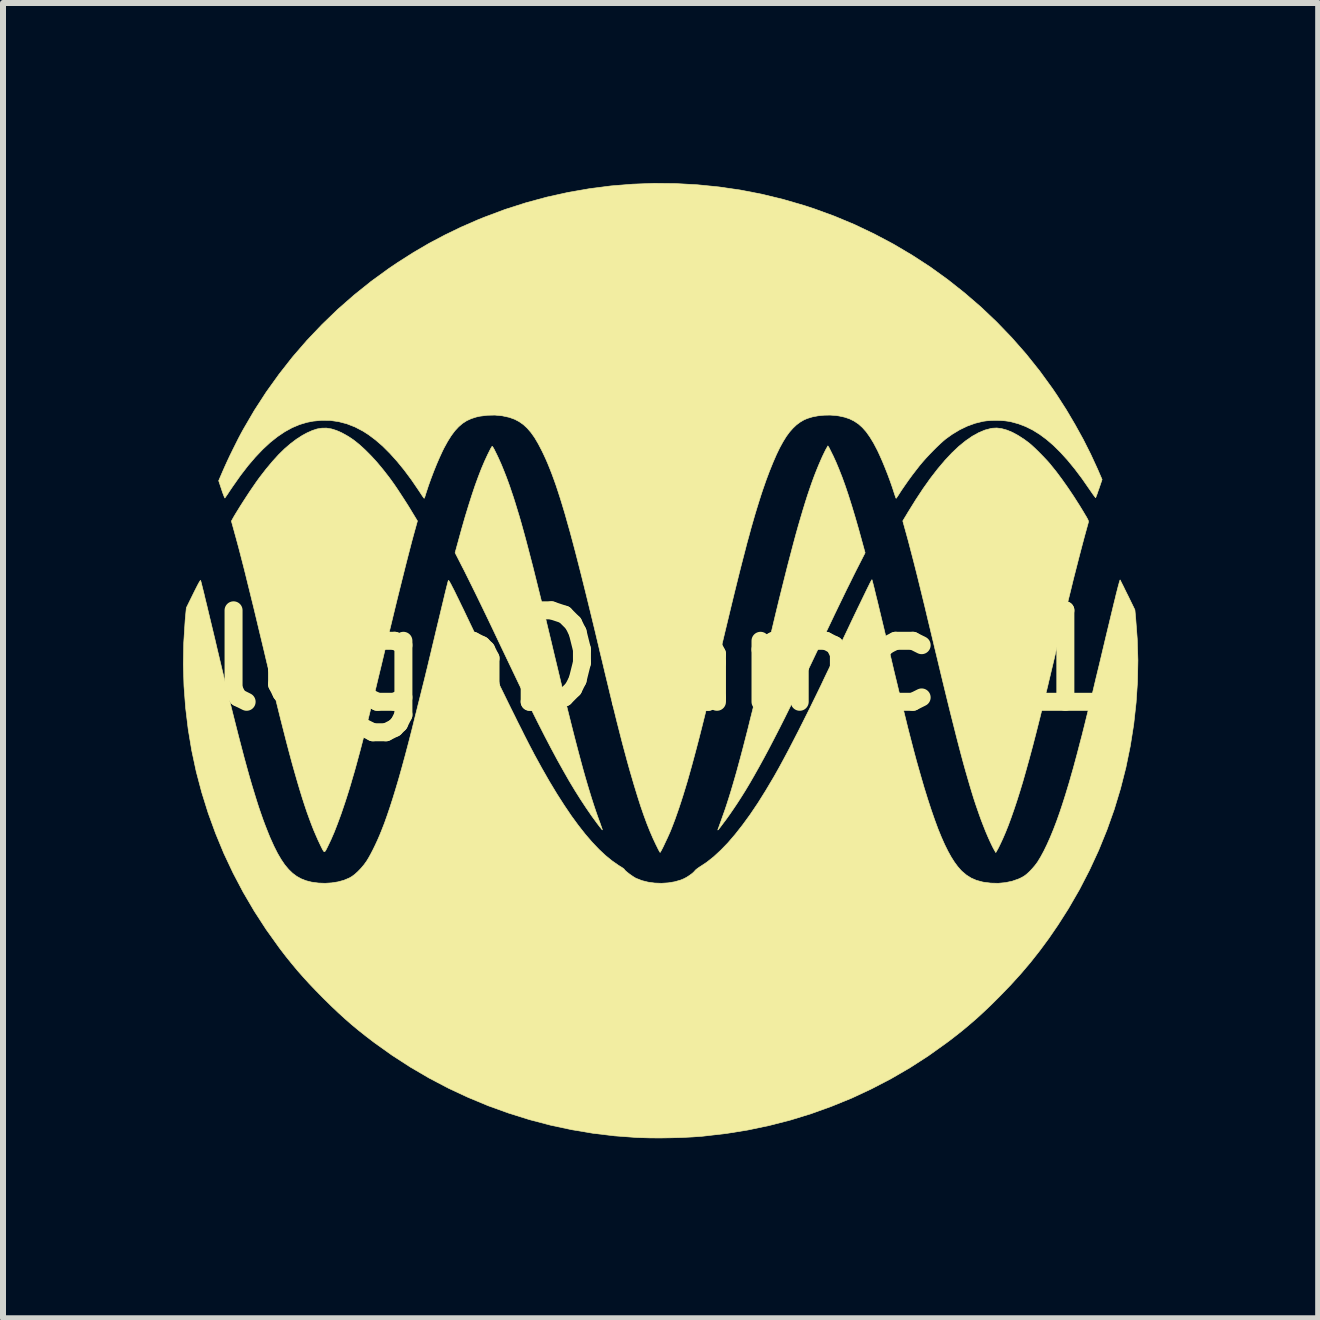
<source format=kicad_pcb>
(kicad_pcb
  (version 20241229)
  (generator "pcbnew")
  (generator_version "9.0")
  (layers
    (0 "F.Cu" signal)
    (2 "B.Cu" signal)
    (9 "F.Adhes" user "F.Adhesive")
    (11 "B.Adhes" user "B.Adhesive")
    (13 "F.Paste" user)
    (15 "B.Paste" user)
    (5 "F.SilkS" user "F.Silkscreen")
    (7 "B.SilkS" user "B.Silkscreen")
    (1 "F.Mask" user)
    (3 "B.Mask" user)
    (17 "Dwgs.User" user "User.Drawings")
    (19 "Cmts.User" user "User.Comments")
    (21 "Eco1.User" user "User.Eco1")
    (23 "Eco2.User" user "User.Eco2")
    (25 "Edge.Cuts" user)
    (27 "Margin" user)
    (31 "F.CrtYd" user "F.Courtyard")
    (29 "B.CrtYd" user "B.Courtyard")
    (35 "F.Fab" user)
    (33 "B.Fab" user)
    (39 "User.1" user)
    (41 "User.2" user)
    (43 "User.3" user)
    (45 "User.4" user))
  (footprint "logoDramco1"
    (layer "F.Cu")
    (at 7.954 7.955)
    (property "Reference" "logoDramco1" (at 0 0 0) (layer "F.SilkS") (effects (font (size 1.524 1.524) (thickness 0.3))))
    (attr through_hole)
    (fp_poly (pts (xy 2.805 -3.555) (xy 2.814 -3.541) (xy 2.827 -3.514) (xy 2.845 -3.478) (xy 2.865 -3.437) (xy 2.878 -3.412) (xy 2.928 -3.302) (xy 2.978 -3.182) (xy 3.03 -3.05) (xy 3.082 -2.906) (xy 3.135 -2.748) (xy 3.189 -2.577) (xy 3.245 -2.391) (xy 3.303 -2.19) (xy 3.344 -2.041) (xy 3.412 -1.793) (xy 3.306 -1.585) (xy 3.261 -1.497) (xy 3.213 -1.401) (xy 3.162 -1.297) (xy 3.105 -1.183) (xy 3.045 -1.059) (xy 2.979 -0.923) (xy 2.908 -0.776) (xy 2.832 -0.616) (xy 2.749 -0.443) (xy 2.66 -0.255) (xy 2.621 -0.174) (xy 2.5 0.08) (xy 2.385 0.32) (xy 2.276 0.544) (xy 2.172 0.756) (xy 2.074 0.954) (xy 1.98 1.14) (xy 1.89 1.315) (xy 1.805 1.478) (xy 1.723 1.631) (xy 1.644 1.775) (xy 1.568 1.91) (xy 1.495 2.037) (xy 1.424 2.156) (xy 1.354 2.268) (xy 1.286 2.374) (xy 1.219 2.474) (xy 1.153 2.57) (xy 1.087 2.662) (xy 1.051 2.709) (xy 1.017 2.755) (xy 0.992 2.788) (xy 0.974 2.81) (xy 0.963 2.822) (xy 0.958 2.826) (xy 0.958 2.822) (xy 0.96 2.815) (xy 0.965 2.802) (xy 0.975 2.776) (xy 0.988 2.739) (xy 1.004 2.696) (xy 1.02 2.65) (xy 1.05 2.565) (xy 1.081 2.478) (xy 1.111 2.387) (xy 1.141 2.293) (xy 1.172 2.194) (xy 1.203 2.09) (xy 1.235 1.98) (xy 1.269 1.862) (xy 1.303 1.737) (xy 1.339 1.604) (xy 1.377 1.461) (xy 1.416 1.309) (xy 1.458 1.146) (xy 1.501 0.971) (xy 1.548 0.784) (xy 1.596 0.583) (xy 1.648 0.369) (xy 1.703 0.141) (xy 1.761 -0.103) (xy 1.795 -0.246) (xy 1.858 -0.508) (xy 1.917 -0.756) (xy 1.973 -0.988) (xy 2.027 -1.205) (xy 2.078 -1.409) (xy 2.126 -1.6) (xy 2.173 -1.778) (xy 2.217 -1.946) (xy 2.259 -2.102) (xy 2.3 -2.248) (xy 2.34 -2.385) (xy 2.378 -2.513) (xy 2.415 -2.634) (xy 2.451 -2.747) (xy 2.487 -2.854) (xy 2.522 -2.955) (xy 2.557 -3.051) (xy 2.58 -3.111) (xy 2.609 -3.184) (xy 2.639 -3.257) (xy 2.67 -3.329) (xy 2.7 -3.397) (xy 2.729 -3.457) (xy 2.753 -3.506) (xy 2.766 -3.529) (xy 2.792 -3.575) (xy 2.805 -3.555)) (stroke (width 0.01) (type solid)) (fill yes) (layer "F.SilkS"))
    (fp_poly (pts (xy -2.797 -3.563) (xy -2.784 -3.544) (xy -2.767 -3.514) (xy -2.747 -3.473) (xy -2.723 -3.425) (xy -2.698 -3.372) (xy -2.672 -3.314) (xy -2.646 -3.255) (xy -2.622 -3.196) (xy -2.605 -3.154) (xy -2.573 -3.073) (xy -2.542 -2.99) (xy -2.511 -2.904) (xy -2.481 -2.814) (xy -2.449 -2.72) (xy -2.418 -2.622) (xy -2.386 -2.517) (xy -2.352 -2.406) (xy -2.318 -2.288) (xy -2.283 -2.162) (xy -2.246 -2.027) (xy -2.208 -1.883) (xy -2.168 -1.729) (xy -2.125 -1.564) (xy -2.081 -1.387) (xy -2.034 -1.198) (xy -1.984 -0.996) (xy -1.931 -0.781) (xy -1.876 -0.55) (xy -1.817 -0.305) (xy -1.77 -0.106) (xy -1.709 0.148) (xy -1.652 0.387) (xy -1.597 0.61) (xy -1.546 0.82) (xy -1.497 1.016) (xy -1.451 1.199) (xy -1.407 1.37) (xy -1.365 1.53) (xy -1.325 1.68) (xy -1.287 1.82) (xy -1.25 1.951) (xy -1.214 2.074) (xy -1.179 2.19) (xy -1.145 2.3) (xy -1.112 2.403) (xy -1.079 2.502) (xy -1.046 2.597) (xy -1.013 2.688) (xy -1.01 2.695) (xy -0.995 2.738) (xy -0.982 2.775) (xy -0.972 2.803) (xy -0.967 2.82) (xy -0.967 2.824) (xy -0.973 2.818) (xy -0.987 2.801) (xy -1.008 2.775) (xy -1.034 2.741) (xy -1.06 2.707) (xy -1.15 2.583) (xy -1.24 2.452) (xy -1.332 2.312) (xy -1.425 2.164) (xy -1.52 2.006) (xy -1.617 1.836) (xy -1.718 1.655) (xy -1.822 1.461) (xy -1.93 1.254) (xy -2.043 1.032) (xy -2.104 0.91) (xy -2.141 0.835) (xy -2.177 0.763) (xy -2.211 0.692) (xy -2.246 0.621) (xy -2.281 0.549) (xy -2.317 0.474) (xy -2.356 0.395) (xy -2.396 0.311) (xy -2.44 0.219) (xy -2.488 0.118) (xy -2.541 0.008) (xy -2.599 -0.114) (xy -2.663 -0.248) (xy -2.712 -0.351) (xy -2.809 -0.556) (xy -2.901 -0.748) (xy -2.988 -0.928) (xy -3.068 -1.093) (xy -3.143 -1.245) (xy -3.211 -1.382) (xy -3.272 -1.505) (xy -3.294 -1.547) (xy -3.42 -1.794) (xy -3.374 -1.962) (xy -3.313 -2.184) (xy -3.254 -2.39) (xy -3.196 -2.58) (xy -3.14 -2.756) (xy -3.086 -2.917) (xy -3.032 -3.065) (xy -2.98 -3.199) (xy -2.928 -3.321) (xy -2.877 -3.431) (xy -2.862 -3.461) (xy -2.843 -3.499) (xy -2.826 -3.532) (xy -2.812 -3.555) (xy -2.804 -3.567) (xy -2.803 -3.568) (xy -2.797 -3.563)) (stroke (width 0.01) (type solid)) (fill yes) (layer "F.SilkS"))
    (fp_poly (pts (xy -5.482 -3.858) (xy -5.398 -3.832) (xy -5.309 -3.793) (xy -5.212 -3.739) (xy -5.201 -3.733) (xy -5.113 -3.674) (xy -5.02 -3.6) (xy -4.924 -3.513) (xy -4.825 -3.414) (xy -4.724 -3.304) (xy -4.624 -3.184) (xy -4.524 -3.056) (xy -4.487 -3.006) (xy -4.437 -2.936) (xy -4.381 -2.854) (xy -4.322 -2.764) (xy -4.261 -2.67) (xy -4.201 -2.576) (xy -4.145 -2.484) (xy -4.138 -2.472) (xy -4.048 -2.324) (xy -4.116 -2.078) (xy -4.144 -1.974) (xy -4.175 -1.854) (xy -4.21 -1.719) (xy -4.248 -1.57) (xy -4.289 -1.406) (xy -4.333 -1.23) (xy -4.38 -1.041) (xy -4.429 -0.84) (xy -4.48 -0.628) (xy -4.534 -0.406) (xy -4.589 -0.174) (xy -4.589 -0.174) (xy -4.646 0.066) (xy -4.7 0.289) (xy -4.75 0.498) (xy -4.798 0.693) (xy -4.843 0.875) (xy -4.885 1.045) (xy -4.925 1.203) (xy -4.963 1.351) (xy -4.999 1.49) (xy -5.034 1.619) (xy -5.067 1.741) (xy -5.099 1.856) (xy -5.131 1.964) (xy -5.161 2.068) (xy -5.191 2.167) (xy -5.221 2.262) (xy -5.251 2.355) (xy -5.259 2.379) (xy -5.319 2.556) (xy -5.378 2.717) (xy -5.434 2.861) (xy -5.489 2.988) (xy -5.541 3.097) (xy -5.562 3.139) (xy -5.577 3.168) (xy -5.59 3.184) (xy -5.601 3.188) (xy -5.612 3.178) (xy -5.627 3.154) (xy -5.646 3.116) (xy -5.667 3.073) (xy -5.704 2.995) (xy -5.74 2.913) (xy -5.777 2.827) (xy -5.813 2.735) (xy -5.85 2.636) (xy -5.888 2.531) (xy -5.926 2.418) (xy -5.965 2.298) (xy -6.005 2.168) (xy -6.046 2.03) (xy -6.089 1.881) (xy -6.134 1.722) (xy -6.18 1.551) (xy -6.228 1.369) (xy -6.278 1.173) (xy -6.331 0.965) (xy -6.386 0.743) (xy -6.444 0.507) (xy -6.505 0.255) (xy -6.569 -0.012) (xy -6.591 -0.106) (xy -6.642 -0.32) (xy -6.69 -0.519) (xy -6.734 -0.704) (xy -6.775 -0.875) (xy -6.814 -1.033) (xy -6.85 -1.18) (xy -6.884 -1.317) (xy -6.915 -1.444) (xy -6.945 -1.563) (xy -6.974 -1.675) (xy -7.001 -1.78) (xy -7.027 -1.88) (xy -7.053 -1.976) (xy -7.078 -2.068) (xy -7.103 -2.158) (xy -7.105 -2.166) (xy -7.148 -2.321) (xy -7.129 -2.356) (xy -7.095 -2.416) (xy -7.052 -2.486) (xy -7.004 -2.564) (xy -6.951 -2.647) (xy -6.896 -2.732) (xy -6.841 -2.816) (xy -6.786 -2.896) (xy -6.736 -2.969) (xy -6.69 -3.033) (xy -6.675 -3.053) (xy -6.566 -3.194) (xy -6.461 -3.319) (xy -6.36 -3.43) (xy -6.26 -3.528) (xy -6.161 -3.613) (xy -6.063 -3.687) (xy -5.963 -3.751) (xy -5.889 -3.791) (xy -5.802 -3.83) (xy -5.72 -3.857) (xy -5.641 -3.87) (xy -5.562 -3.871) (xy -5.482 -3.858)) (stroke (width 0.01) (type solid)) (fill yes) (layer "F.SilkS"))
    (fp_poly (pts (xy 5.689 -3.862) (xy 5.778 -3.837) (xy 5.871 -3.798) (xy 5.968 -3.745) (xy 6.069 -3.679) (xy 6.143 -3.624) (xy 6.183 -3.59) (xy 6.231 -3.546) (xy 6.284 -3.495) (xy 6.339 -3.44) (xy 6.394 -3.383) (xy 6.446 -3.328) (xy 6.491 -3.277) (xy 6.501 -3.264) (xy 6.595 -3.148) (xy 6.692 -3.018) (xy 6.791 -2.878) (xy 6.891 -2.729) (xy 6.989 -2.575) (xy 7.049 -2.477) (xy 7.079 -2.426) (xy 7.102 -2.388) (xy 7.118 -2.359) (xy 7.128 -2.338) (xy 7.133 -2.323) (xy 7.134 -2.312) (xy 7.133 -2.302) (xy 7.131 -2.295) (xy 7.101 -2.186) (xy 7.069 -2.07) (xy 7.036 -1.946) (xy 7.001 -1.813) (xy 6.964 -1.67) (xy 6.925 -1.517) (xy 6.883 -1.353) (xy 6.84 -1.176) (xy 6.793 -0.986) (xy 6.744 -0.782) (xy 6.691 -0.563) (xy 6.635 -0.329) (xy 6.63 -0.309) (xy 6.596 -0.167) (xy 6.566 -0.039) (xy 6.539 0.074) (xy 6.515 0.174) (xy 6.494 0.263) (xy 6.475 0.342) (xy 6.459 0.411) (xy 6.444 0.473) (xy 6.43 0.529) (xy 6.418 0.579) (xy 6.407 0.625) (xy 6.396 0.668) (xy 6.386 0.71) (xy 6.376 0.752) (xy 6.365 0.794) (xy 6.354 0.839) (xy 6.342 0.887) (xy 6.329 0.94) (xy 6.32 0.976) (xy 6.26 1.214) (xy 6.202 1.438) (xy 6.146 1.645) (xy 6.092 1.839) (xy 6.041 2.019) (xy 5.99 2.187) (xy 5.941 2.342) (xy 5.893 2.486) (xy 5.846 2.62) (xy 5.8 2.745) (xy 5.755 2.858) (xy 5.731 2.914) (xy 5.705 2.974) (xy 5.678 3.032) (xy 5.652 3.087) (xy 5.629 3.133) (xy 5.611 3.165) (xy 5.59 3.202) (xy 5.568 3.165) (xy 5.548 3.129) (xy 5.524 3.081) (xy 5.497 3.024) (xy 5.469 2.963) (xy 5.442 2.9) (xy 5.416 2.839) (xy 5.41 2.823) (xy 5.378 2.742) (xy 5.346 2.659) (xy 5.315 2.573) (xy 5.284 2.484) (xy 5.252 2.391) (xy 5.22 2.293) (xy 5.188 2.189) (xy 5.155 2.079) (xy 5.121 1.962) (xy 5.085 1.837) (xy 5.048 1.704) (xy 5.01 1.562) (xy 4.97 1.41) (xy 4.928 1.247) (xy 4.884 1.072) (xy 4.837 0.886) (xy 4.788 0.687) (xy 4.736 0.474) (xy 4.681 0.247) (xy 4.623 0.004) (xy 4.561 -0.253) (xy 4.555 -0.279) (xy 4.502 -0.5) (xy 4.453 -0.704) (xy 4.408 -0.894) (xy 4.365 -1.07) (xy 4.325 -1.233) (xy 4.288 -1.384) (xy 4.253 -1.523) (xy 4.22 -1.653) (xy 4.189 -1.772) (xy 4.16 -1.883) (xy 4.133 -1.987) (xy 4.108 -2.078) (xy 4.04 -2.324) (xy 4.129 -2.472) (xy 4.255 -2.675) (xy 4.379 -2.863) (xy 4.501 -3.035) (xy 4.622 -3.191) (xy 4.741 -3.332) (xy 4.858 -3.457) (xy 4.973 -3.566) (xy 5.086 -3.658) (xy 5.197 -3.735) (xy 5.305 -3.795) (xy 5.41 -3.839) (xy 5.513 -3.866) (xy 5.532 -3.869) (xy 5.607 -3.873) (xy 5.689 -3.862)) (stroke (width 0.01) (type solid)) (fill yes) (layer "F.SilkS"))
    (fp_poly (pts (xy 0.257 -7.946) (xy 0.617 -7.926) (xy 0.977 -7.89) (xy 1.335 -7.838) (xy 1.691 -7.769) (xy 2.045 -7.683) (xy 2.396 -7.581) (xy 2.561 -7.527) (xy 2.903 -7.402) (xy 3.238 -7.262) (xy 3.565 -7.106) (xy 3.884 -6.937) (xy 4.195 -6.753) (xy 4.498 -6.556) (xy 4.79 -6.345) (xy 5.073 -6.121) (xy 5.346 -5.885) (xy 5.607 -5.637) (xy 5.858 -5.376) (xy 6.096 -5.105) (xy 6.322 -4.822) (xy 6.535 -4.529) (xy 6.614 -4.412) (xy 6.766 -4.175) (xy 6.91 -3.931) (xy 7.047 -3.683) (xy 7.172 -3.435) (xy 7.285 -3.19) (xy 7.307 -3.139) (xy 7.361 -3.014) (xy 7.31 -2.864) (xy 7.293 -2.817) (xy 7.279 -2.775) (xy 7.266 -2.742) (xy 7.258 -2.72) (xy 7.253 -2.712) (xy 7.253 -2.711) (xy 7.247 -2.718) (xy 7.233 -2.736) (xy 7.212 -2.764) (xy 7.187 -2.8) (xy 7.158 -2.842) (xy 7.151 -2.852) (xy 7.028 -3.029) (xy 6.906 -3.191) (xy 6.787 -3.336) (xy 6.669 -3.466) (xy 6.553 -3.581) (xy 6.437 -3.681) (xy 6.321 -3.767) (xy 6.205 -3.839) (xy 6.088 -3.897) (xy 5.97 -3.942) (xy 5.85 -3.975) (xy 5.804 -3.984) (xy 5.741 -3.993) (xy 5.667 -3.998) (xy 5.59 -4) (xy 5.512 -3.998) (xy 5.441 -3.993) (xy 5.381 -3.985) (xy 5.381 -3.985) (xy 5.246 -3.952) (xy 5.116 -3.905) (xy 4.989 -3.844) (xy 4.863 -3.768) (xy 4.758 -3.693) (xy 4.715 -3.657) (xy 4.664 -3.611) (xy 4.607 -3.557) (xy 4.547 -3.497) (xy 4.486 -3.434) (xy 4.427 -3.371) (xy 4.373 -3.31) (xy 4.325 -3.253) (xy 4.317 -3.243) (xy 4.257 -3.166) (xy 4.194 -3.084) (xy 4.132 -2.999) (xy 4.074 -2.916) (xy 4.021 -2.839) (xy 3.986 -2.785) (xy 3.965 -2.752) (xy 3.947 -2.725) (xy 3.934 -2.707) (xy 3.929 -2.701) (xy 3.924 -2.709) (xy 3.917 -2.729) (xy 3.907 -2.758) (xy 3.9 -2.779) (xy 3.867 -2.881) (xy 3.829 -2.99) (xy 3.787 -3.103) (xy 3.743 -3.214) (xy 3.699 -3.321) (xy 3.655 -3.42) (xy 3.615 -3.506) (xy 3.614 -3.507) (xy 3.553 -3.623) (xy 3.492 -3.723) (xy 3.431 -3.809) (xy 3.367 -3.881) (xy 3.301 -3.94) (xy 3.229 -3.988) (xy 3.152 -4.026) (xy 3.068 -4.054) (xy 2.975 -4.074) (xy 2.927 -4.081) (xy 2.828 -4.088) (xy 2.728 -4.086) (xy 2.628 -4.076) (xy 2.534 -4.058) (xy 2.449 -4.032) (xy 2.393 -4.008) (xy 2.33 -3.971) (xy 2.269 -3.926) (xy 2.211 -3.871) (xy 2.154 -3.807) (xy 2.098 -3.731) (xy 2.044 -3.643) (xy 1.989 -3.543) (xy 1.934 -3.429) (xy 1.878 -3.3) (xy 1.82 -3.157) (xy 1.764 -3.008) (xy 1.734 -2.922) (xy 1.703 -2.833) (xy 1.673 -2.742) (xy 1.643 -2.647) (xy 1.612 -2.547) (xy 1.58 -2.442) (xy 1.548 -2.331) (xy 1.514 -2.213) (xy 1.48 -2.087) (xy 1.443 -1.953) (xy 1.406 -1.809) (xy 1.366 -1.655) (xy 1.324 -1.49) (xy 1.28 -1.313) (xy 1.233 -1.123) (xy 1.184 -0.921) (xy 1.132 -0.704) (xy 1.076 -0.472) (xy 1.017 -0.224) (xy 1.016 -0.22) (xy 0.954 0.04) (xy 0.895 0.285) (xy 0.84 0.514) (xy 0.787 0.729) (xy 0.737 0.931) (xy 0.69 1.119) (xy 0.645 1.296) (xy 0.602 1.461) (xy 0.561 1.615) (xy 0.522 1.759) (xy 0.484 1.894) (xy 0.448 2.021) (xy 0.412 2.14) (xy 0.378 2.251) (xy 0.344 2.357) (xy 0.311 2.457) (xy 0.278 2.552) (xy 0.246 2.643) (xy 0.213 2.73) (xy 0.18 2.815) (xy 0.174 2.83) (xy 0.159 2.866) (xy 0.14 2.908) (xy 0.119 2.955) (xy 0.096 3.003) (xy 0.073 3.052) (xy 0.052 3.097) (xy 0.032 3.137) (xy 0.015 3.169) (xy 0.003 3.191) (xy -0.004 3.2) (xy -0.004 3.2) (xy -0.009 3.193) (xy -0.021 3.173) (xy -0.037 3.143) (xy -0.056 3.104) (xy -0.075 3.066) (xy -0.125 2.959) (xy -0.175 2.843) (xy -0.226 2.715) (xy -0.277 2.576) (xy -0.329 2.425) (xy -0.382 2.259) (xy -0.437 2.079) (xy -0.494 1.884) (xy -0.504 1.85) (xy -0.53 1.758) (xy -0.556 1.664) (xy -0.582 1.567) (xy -0.609 1.467) (xy -0.637 1.362) (xy -0.665 1.252) (xy -0.695 1.134) (xy -0.727 1.009) (xy -0.76 0.874) (xy -0.796 0.73) (xy -0.834 0.575) (xy -0.874 0.407) (xy -0.918 0.226) (xy -0.964 0.031) (xy -1.015 -0.18) (xy -1.02 -0.203) (xy -1.085 -0.476) (xy -1.147 -0.733) (xy -1.206 -0.975) (xy -1.262 -1.202) (xy -1.315 -1.415) (xy -1.366 -1.615) (xy -1.414 -1.802) (xy -1.46 -1.976) (xy -1.504 -2.14) (xy -1.547 -2.292) (xy -1.587 -2.435) (xy -1.627 -2.568) (xy -1.665 -2.692) (xy -1.702 -2.807) (xy -1.738 -2.916) (xy -1.774 -3.017) (xy -1.809 -3.112) (xy -1.844 -3.201) (xy -1.878 -3.285) (xy -1.913 -3.365) (xy -1.948 -3.44) (xy -1.973 -3.492) (xy -2.034 -3.609) (xy -2.094 -3.711) (xy -2.155 -3.797) (xy -2.218 -3.87) (xy -2.283 -3.93) (xy -2.353 -3.979) (xy -2.427 -4.018) (xy -2.507 -4.047) (xy -2.515 -4.05) (xy -2.634 -4.076) (xy -2.758 -4.088) (xy -2.884 -4.085) (xy -3.01 -4.069) (xy -3.071 -4.055) (xy -3.151 -4.029) (xy -3.226 -3.995) (xy -3.296 -3.95) (xy -3.362 -3.893) (xy -3.425 -3.825) (xy -3.486 -3.743) (xy -3.546 -3.647) (xy -3.607 -3.536) (xy -3.632 -3.485) (xy -3.679 -3.383) (xy -3.728 -3.27) (xy -3.776 -3.151) (xy -3.822 -3.03) (xy -3.864 -2.913) (xy -3.9 -2.803) (xy -3.912 -2.766) (xy -3.921 -2.736) (xy -3.929 -2.713) (xy -3.935 -2.702) (xy -3.936 -2.702) (xy -3.942 -2.708) (xy -3.956 -2.727) (xy -3.976 -2.756) (xy -4 -2.793) (xy -4.028 -2.835) (xy -4.03 -2.838) (xy -4.148 -3.011) (xy -4.267 -3.171) (xy -4.387 -3.318) (xy -4.507 -3.451) (xy -4.626 -3.57) (xy -4.745 -3.673) (xy -4.862 -3.761) (xy -4.954 -3.82) (xy -5.088 -3.89) (xy -5.224 -3.943) (xy -5.362 -3.979) (xy -5.502 -3.999) (xy -5.644 -4.001) (xy -5.787 -3.987) (xy -5.889 -3.967) (xy -6.013 -3.93) (xy -6.136 -3.878) (xy -6.258 -3.811) (xy -6.38 -3.729) (xy -6.502 -3.632) (xy -6.625 -3.518) (xy -6.748 -3.389) (xy -6.872 -3.244) (xy -6.997 -3.082) (xy -7.123 -2.903) (xy -7.157 -2.853) (xy -7.186 -2.81) (xy -7.211 -2.771) (xy -7.233 -2.74) (xy -7.248 -2.718) (xy -7.256 -2.707) (xy -7.256 -2.706) (xy -7.261 -2.712) (xy -7.269 -2.731) (xy -7.281 -2.761) (xy -7.296 -2.801) (xy -7.311 -2.847) (xy -7.36 -2.994) (xy -7.293 -3.15) (xy -7.259 -3.227) (xy -7.219 -3.315) (xy -7.174 -3.411) (xy -7.126 -3.509) (xy -7.077 -3.607) (xy -7.03 -3.701) (xy -6.985 -3.786) (xy -6.951 -3.848) (xy -6.766 -4.165) (xy -6.567 -4.472) (xy -6.354 -4.769) (xy -6.129 -5.056) (xy -5.891 -5.331) (xy -5.64 -5.595) (xy -5.378 -5.848) (xy -5.104 -6.088) (xy -4.82 -6.316) (xy -4.524 -6.531) (xy -4.373 -6.633) (xy -4.112 -6.799) (xy -3.852 -6.951) (xy -3.589 -7.09) (xy -3.32 -7.22) (xy -3.041 -7.342) (xy -2.929 -7.387) (xy -2.587 -7.515) (xy -2.24 -7.626) (xy -1.889 -7.721) (xy -1.536 -7.799) (xy -1.18 -7.861) (xy -0.822 -7.907) (xy -0.463 -7.936) (xy -0.103 -7.95) (xy 0.257 -7.946)) (stroke (width 0.01) (type solid)) (fill yes) (layer "F.SilkS"))
    (fp_poly (pts (xy 3.529 -1.336) (xy 3.536 -1.311) (xy 3.546 -1.271) (xy 3.56 -1.217) (xy 3.576 -1.15) (xy 3.595 -1.071) (xy 3.618 -0.98) (xy 3.642 -0.879) (xy 3.669 -0.767) (xy 3.698 -0.646) (xy 3.729 -0.518) (xy 3.761 -0.381) (xy 3.795 -0.238) (xy 3.802 -0.212) (xy 3.853 0.004) (xy 3.9 0.204) (xy 3.945 0.389) (xy 3.986 0.56) (xy 4.025 0.719) (xy 4.061 0.866) (xy 4.094 1.001) (xy 4.125 1.127) (xy 4.155 1.244) (xy 4.183 1.352) (xy 4.209 1.453) (xy 4.234 1.548) (xy 4.258 1.637) (xy 4.266 1.668) (xy 4.331 1.897) (xy 4.393 2.111) (xy 4.454 2.308) (xy 4.513 2.489) (xy 4.571 2.656) (xy 4.627 2.808) (xy 4.683 2.945) (xy 4.738 3.069) (xy 4.793 3.18) (xy 4.847 3.277) (xy 4.901 3.362) (xy 4.955 3.435) (xy 5.008 3.496) (xy 5.027 3.515) (xy 5.102 3.578) (xy 5.18 3.627) (xy 5.265 3.664) (xy 5.36 3.69) (xy 5.382 3.695) (xy 5.507 3.711) (xy 5.63 3.714) (xy 5.75 3.703) (xy 5.864 3.679) (xy 5.969 3.642) (xy 6.002 3.627) (xy 6.04 3.607) (xy 6.072 3.587) (xy 6.102 3.564) (xy 6.135 3.534) (xy 6.159 3.511) (xy 6.201 3.466) (xy 6.243 3.417) (xy 6.279 3.369) (xy 6.29 3.353) (xy 6.339 3.272) (xy 6.391 3.176) (xy 6.444 3.067) (xy 6.498 2.946) (xy 6.552 2.815) (xy 6.605 2.676) (xy 6.657 2.529) (xy 6.659 2.523) (xy 6.69 2.43) (xy 6.721 2.334) (xy 6.752 2.236) (xy 6.783 2.134) (xy 6.815 2.028) (xy 6.847 1.915) (xy 6.881 1.797) (xy 6.915 1.671) (xy 6.951 1.537) (xy 6.988 1.394) (xy 7.028 1.242) (xy 7.069 1.078) (xy 7.112 0.903) (xy 7.159 0.715) (xy 7.208 0.514) (xy 7.259 0.298) (xy 7.315 0.068) (xy 7.35 -0.08) (xy 7.393 -0.261) (xy 7.432 -0.425) (xy 7.468 -0.574) (xy 7.5 -0.708) (xy 7.529 -0.828) (xy 7.554 -0.933) (xy 7.577 -1.025) (xy 7.596 -1.105) (xy 7.613 -1.171) (xy 7.627 -1.226) (xy 7.639 -1.27) (xy 7.648 -1.303) (xy 7.655 -1.325) (xy 7.659 -1.338) (xy 7.662 -1.341) (xy 7.662 -1.341) (xy 7.667 -1.332) (xy 7.678 -1.309) (xy 7.695 -1.275) (xy 7.717 -1.232) (xy 7.742 -1.18) (xy 7.77 -1.123) (xy 7.788 -1.088) (xy 7.908 -0.842) (xy 7.92 -0.715) (xy 7.947 -0.358) (xy 7.958 -0.000496) (xy 7.951 0.357) (xy 7.928 0.703) (xy 7.888 1.067) (xy 7.831 1.427) (xy 7.758 1.784) (xy 7.668 2.137) (xy 7.563 2.484) (xy 7.441 2.827) (xy 7.304 3.164) (xy 7.151 3.495) (xy 6.983 3.82) (xy 6.799 4.138) (xy 6.625 4.411) (xy 6.477 4.627) (xy 6.326 4.832) (xy 6.171 5.029) (xy 6.008 5.221) (xy 5.835 5.412) (xy 5.649 5.604) (xy 5.627 5.626) (xy 5.503 5.749) (xy 5.386 5.86) (xy 5.274 5.963) (xy 5.162 6.06) (xy 5.049 6.155) (xy 4.931 6.249) (xy 4.805 6.346) (xy 4.763 6.377) (xy 4.465 6.59) (xy 4.158 6.788) (xy 3.843 6.971) (xy 3.52 7.139) (xy 3.191 7.293) (xy 2.855 7.43) (xy 2.514 7.553) (xy 2.167 7.66) (xy 1.816 7.75) (xy 1.46 7.825) (xy 1.101 7.883) (xy 0.738 7.925) (xy 0.703 7.929) (xy 0.539 7.941) (xy 0.365 7.95) (xy 0.185 7.955) (xy 0.004 7.958) (xy -0.172 7.957) (xy -0.339 7.952) (xy -0.398 7.95) (xy -0.761 7.923) (xy -1.121 7.88) (xy -1.478 7.82) (xy -1.833 7.744) (xy -2.183 7.652) (xy -2.528 7.544) (xy -2.869 7.421) (xy -3.203 7.282) (xy -3.531 7.129) (xy -3.853 6.96) (xy -4.166 6.777) (xy -4.472 6.579) (xy -4.769 6.367) (xy -4.774 6.363) (xy -4.905 6.263) (xy -5.026 6.167) (xy -5.141 6.072) (xy -5.253 5.974) (xy -5.364 5.873) (xy -5.48 5.763) (xy -5.602 5.643) (xy -5.618 5.627) (xy -5.739 5.504) (xy -5.849 5.389) (xy -5.951 5.277) (xy -6.048 5.167) (xy -6.141 5.055) (xy -6.235 4.939) (xy -6.331 4.814) (xy -6.354 4.783) (xy -6.568 4.484) (xy -6.767 4.177) (xy -6.951 3.863) (xy -7.12 3.542) (xy -7.274 3.215) (xy -7.412 2.881) (xy -7.535 2.543) (xy -7.642 2.2) (xy -7.734 1.852) (xy -7.809 1.501) (xy -7.868 1.146) (xy -7.911 0.788) (xy -7.938 0.428) (xy -7.949 0.066) (xy -7.942 -0.298) (xy -7.919 -0.662) (xy -7.912 -0.741) (xy -7.899 -0.876) (xy -7.783 -1.112) (xy -7.748 -1.182) (xy -7.72 -1.237) (xy -7.698 -1.279) (xy -7.681 -1.309) (xy -7.67 -1.326) (xy -7.663 -1.333) (xy -7.661 -1.332) (xy -7.657 -1.319) (xy -7.649 -1.29) (xy -7.638 -1.245) (xy -7.623 -1.185) (xy -7.604 -1.109) (xy -7.583 -1.019) (xy -7.557 -0.914) (xy -7.529 -0.796) (xy -7.497 -0.663) (xy -7.462 -0.517) (xy -7.424 -0.359) (xy -7.384 -0.187) (xy -7.37 -0.129) (xy -7.306 0.141) (xy -7.245 0.394) (xy -7.187 0.632) (xy -7.132 0.855) (xy -7.079 1.065) (xy -7.029 1.262) (xy -6.981 1.446) (xy -6.936 1.618) (xy -6.892 1.779) (xy -6.85 1.93) (xy -6.809 2.071) (xy -6.769 2.202) (xy -6.731 2.326) (xy -6.694 2.442) (xy -6.657 2.55) (xy -6.621 2.653) (xy -6.585 2.749) (xy -6.549 2.841) (xy -6.514 2.928) (xy -6.501 2.959) (xy -6.44 3.094) (xy -6.38 3.213) (xy -6.319 3.317) (xy -6.258 3.407) (xy -6.194 3.483) (xy -6.128 3.547) (xy -6.058 3.599) (xy -5.983 3.64) (xy -5.904 3.671) (xy -5.818 3.693) (xy -5.808 3.695) (xy -5.697 3.71) (xy -5.586 3.714) (xy -5.476 3.707) (xy -5.37 3.69) (xy -5.272 3.663) (xy -5.184 3.626) (xy -5.142 3.602) (xy -5.093 3.566) (xy -5.041 3.519) (xy -4.987 3.463) (xy -4.936 3.402) (xy -4.893 3.342) (xy -4.862 3.291) (xy -4.827 3.228) (xy -4.789 3.155) (xy -4.75 3.075) (xy -4.712 2.993) (xy -4.676 2.91) (xy -4.646 2.836) (xy -4.599 2.716) (xy -4.553 2.586) (xy -4.506 2.448) (xy -4.458 2.299) (xy -4.409 2.139) (xy -4.358 1.967) (xy -4.306 1.782) (xy -4.252 1.584) (xy -4.196 1.372) (xy -4.138 1.145) (xy -4.081 0.914) (xy -4.058 0.823) (xy -4.036 0.733) (xy -4.014 0.647) (xy -3.994 0.567) (xy -3.976 0.494) (xy -3.96 0.43) (xy -3.947 0.378) (xy -3.937 0.339) (xy -3.933 0.322) (xy -3.926 0.293) (xy -3.915 0.25) (xy -3.902 0.194) (xy -3.885 0.126) (xy -3.867 0.05) (xy -3.847 -0.034) (xy -3.825 -0.124) (xy -3.803 -0.218) (xy -3.78 -0.314) (xy -3.777 -0.326) (xy -3.738 -0.491) (xy -3.702 -0.64) (xy -3.67 -0.773) (xy -3.642 -0.891) (xy -3.617 -0.994) (xy -3.596 -1.083) (xy -3.578 -1.157) (xy -3.563 -1.218) (xy -3.551 -1.265) (xy -3.542 -1.3) (xy -3.536 -1.322) (xy -3.532 -1.332) (xy -3.53 -1.333) (xy -3.526 -1.33) (xy -3.52 -1.322) (xy -3.511 -1.308) (xy -3.5 -1.288) (xy -3.485 -1.261) (xy -3.468 -1.227) (xy -3.446 -1.185) (xy -3.421 -1.135) (xy -3.392 -1.075) (xy -3.358 -1.006) (xy -3.32 -0.927) (xy -3.276 -0.837) (xy -3.228 -0.736) (xy -3.174 -0.623) (xy -3.114 -0.498) (xy -3.048 -0.359) (xy -2.975 -0.207) (xy -2.896 -0.04) (xy -2.81 0.14) (xy -2.764 0.237) (xy -2.714 0.341) (xy -2.66 0.452) (xy -2.604 0.566) (xy -2.547 0.683) (xy -2.489 0.801) (xy -2.431 0.917) (xy -2.375 1.031) (xy -2.32 1.139) (xy -2.269 1.242) (xy -2.221 1.336) (xy -2.178 1.42) (xy -2.14 1.492) (xy -2.109 1.551) (xy -2.108 1.554) (xy -1.977 1.793) (xy -1.849 2.017) (xy -1.724 2.224) (xy -1.601 2.416) (xy -1.482 2.592) (xy -1.364 2.753) (xy -1.249 2.899) (xy -1.136 3.03) (xy -1.025 3.147) (xy -0.915 3.25) (xy -0.807 3.338) (xy -0.699 3.414) (xy -0.673 3.43) (xy -0.642 3.449) (xy -0.618 3.466) (xy -0.604 3.477) (xy -0.601 3.481) (xy -0.594 3.492) (xy -0.576 3.51) (xy -0.55 3.532) (xy -0.518 3.557) (xy -0.483 3.582) (xy -0.449 3.605) (xy -0.418 3.624) (xy -0.402 3.632) (xy -0.308 3.669) (xy -0.204 3.695) (xy -0.095 3.71) (xy 0.018 3.714) (xy 0.13 3.707) (xy 0.238 3.689) (xy 0.339 3.66) (xy 0.394 3.637) (xy 0.441 3.612) (xy 0.488 3.581) (xy 0.532 3.549) (xy 0.566 3.517) (xy 0.578 3.502) (xy 0.596 3.484) (xy 0.624 3.463) (xy 0.655 3.441) (xy 0.661 3.438) (xy 0.774 3.363) (xy 0.889 3.272) (xy 1.007 3.163) (xy 1.127 3.039) (xy 1.248 2.898) (xy 1.372 2.74) (xy 1.498 2.567) (xy 1.626 2.377) (xy 1.755 2.171) (xy 1.887 1.949) (xy 1.91 1.909) (xy 1.979 1.786) (xy 2.054 1.648) (xy 2.134 1.498) (xy 2.218 1.336) (xy 2.306 1.165) (xy 2.396 0.986) (xy 2.489 0.8) (xy 2.583 0.608) (xy 2.678 0.413) (xy 2.741 0.279) (xy 2.833 0.088) (xy 2.917 -0.089) (xy 2.995 -0.252) (xy 3.066 -0.401) (xy 3.131 -0.537) (xy 3.189 -0.66) (xy 3.242 -0.771) (xy 3.29 -0.871) (xy 3.333 -0.959) (xy 3.37 -1.036) (xy 3.403 -1.104) (xy 3.431 -1.162) (xy 3.455 -1.211) (xy 3.475 -1.251) (xy 3.491 -1.284) (xy 3.504 -1.309) (xy 3.514 -1.327) (xy 3.521 -1.338) (xy 3.525 -1.344) (xy 3.526 -1.345) (xy 3.529 -1.336)) (stroke (width 0.01) (type solid)) (fill yes) (layer "F.SilkS")))
  (gr_rect
    (start -3 -3)
    (end 18.916 18.917)
    (stroke (width 0.1) (type default))
    (fill no)
    (layer "Edge.Cuts")))
</source>
